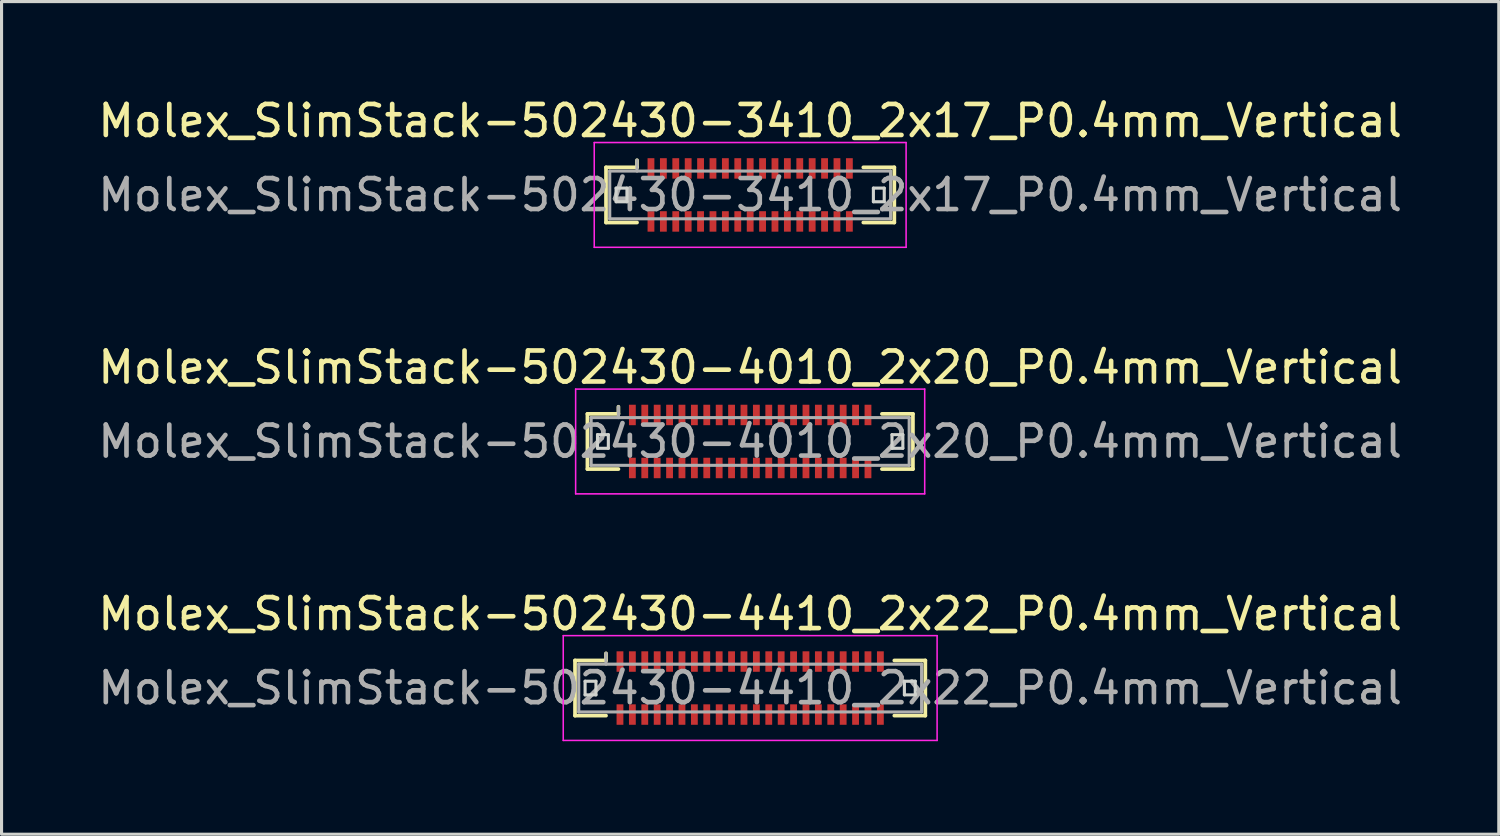
<source format=kicad_pcb>
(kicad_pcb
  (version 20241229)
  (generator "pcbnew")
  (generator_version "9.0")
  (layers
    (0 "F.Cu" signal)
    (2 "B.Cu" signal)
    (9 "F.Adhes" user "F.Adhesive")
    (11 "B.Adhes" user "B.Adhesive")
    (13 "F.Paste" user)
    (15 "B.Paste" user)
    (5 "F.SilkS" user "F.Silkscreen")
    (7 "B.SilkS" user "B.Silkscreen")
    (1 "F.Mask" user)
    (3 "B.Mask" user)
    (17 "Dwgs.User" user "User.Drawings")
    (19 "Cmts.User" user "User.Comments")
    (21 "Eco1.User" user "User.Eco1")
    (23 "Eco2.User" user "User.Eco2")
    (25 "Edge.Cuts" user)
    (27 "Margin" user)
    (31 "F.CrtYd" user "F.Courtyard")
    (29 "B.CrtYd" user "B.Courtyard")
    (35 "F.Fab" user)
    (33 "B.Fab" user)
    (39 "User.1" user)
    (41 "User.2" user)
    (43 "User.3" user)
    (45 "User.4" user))
  (footprint "Molex_SlimStack-502430-4010_2x20_P0.4mm_Vertical"
    (layer "F.Cu")
    (at 21.149 11.191)
    (property "Reference" "Molex_SlimStack-502430-4010_2x20_P0.4mm_Vertical" (at 0 -2.39 0) (layer "F.SilkS") (effects (font (size 1 1) (thickness 0.15))))
    (attr smd)
    (fp_line (start -5.25 -0.89) (end -4.25 -0.89) (stroke (width 0.12) (type solid)) (layer "F.SilkS"))
    (fp_line (start -5.25 0.89) (end -5.25 -0.89) (stroke (width 0.12) (type solid)) (layer "F.SilkS"))
    (fp_line (start -4.25 -0.89) (end -4.25 -1.12) (stroke (width 0.12) (type solid)) (layer "F.SilkS"))
    (fp_line (start -4.25 0.89) (end -5.25 0.89) (stroke (width 0.12) (type solid)) (layer "F.SilkS"))
    (fp_line (start 4.25 0.89) (end 5.25 0.89) (stroke (width 0.12) (type solid)) (layer "F.SilkS"))
    (fp_line (start 5.25 -0.89) (end 4.25 -0.89) (stroke (width 0.12) (type solid)) (layer "F.SilkS"))
    (fp_line (start 5.25 0.89) (end 5.25 -0.89) (stroke (width 0.12) (type solid)) (layer "F.SilkS"))
    (fp_line (start -4.925 -0.22) (end -4.925 0.22) (stroke (width 0.1) (type solid)) (layer "Edge.Cuts"))
    (fp_line (start -4.925 0.22) (end -4.575 0.22) (stroke (width 0.1) (type solid)) (layer "Edge.Cuts"))
    (fp_line (start -4.575 -0.22) (end -4.925 -0.22) (stroke (width 0.1) (type solid)) (layer "Edge.Cuts"))
    (fp_line (start -4.575 0.22) (end -4.575 -0.22) (stroke (width 0.1) (type solid)) (layer "Edge.Cuts"))
    (fp_line (start 4.575 -0.22) (end 4.575 0.22) (stroke (width 0.1) (type solid)) (layer "Edge.Cuts"))
    (fp_line (start 4.575 0.22) (end 4.925 0.22) (stroke (width 0.1) (type solid)) (layer "Edge.Cuts"))
    (fp_line (start 4.925 -0.22) (end 4.575 -0.22) (stroke (width 0.1) (type solid)) (layer "Edge.Cuts"))
    (fp_line (start 4.925 0.22) (end 4.925 -0.22) (stroke (width 0.1) (type solid)) (layer "Edge.Cuts"))
    (fp_line (start -5.63 -1.69) (end -5.63 1.69) (stroke (width 0.05) (type solid)) (layer "F.CrtYd"))
    (fp_line (start -5.63 1.69) (end 5.63 1.69) (stroke (width 0.05) (type solid)) (layer "F.CrtYd"))
    (fp_line (start 5.63 -1.69) (end -5.63 -1.69) (stroke (width 0.05) (type solid)) (layer "F.CrtYd"))
    (fp_line (start 5.63 1.69) (end 5.63 -1.69) (stroke (width 0.05) (type solid)) (layer "F.CrtYd"))
    (fp_line (start -5.13 -0.77) (end -5.13 0.77) (stroke (width 0.1) (type solid)) (layer "F.Fab"))
    (fp_line (start -5.13 0.77) (end 5.13 0.77) (stroke (width 0.1) (type solid)) (layer "F.Fab"))
    (fp_line (start -4.25 -0.77) (end -4.25 -1.12) (stroke (width 0.1) (type solid)) (layer "F.Fab"))
    (fp_line (start 5.13 -0.77) (end -5.13 -0.77) (stroke (width 0.1) (type solid)) (layer "F.Fab"))
    (fp_line (start 5.13 0.77) (end 5.13 -0.77) (stroke (width 0.1) (type solid)) (layer "F.Fab"))
    (fp_text user "${REFERENCE}" (at 0 0 0) (layer "F.Fab") (effects (font (size 1 1) (thickness 0.15))))
    (pad "1" smd rect (at -3.8 -0.855) (size 0.22 0.66) (layers "F.Cu" "F.Mask" "F.Paste"))
    (pad "2" smd rect (at -3.8 0.855) (size 0.22 0.66) (layers "F.Cu" "F.Mask" "F.Paste"))
    (pad "3" smd rect (at -3.4 -0.855) (size 0.22 0.66) (layers "F.Cu" "F.Mask" "F.Paste"))
    (pad "4" smd rect (at -3.4 0.855) (size 0.22 0.66) (layers "F.Cu" "F.Mask" "F.Paste"))
    (pad "5" smd rect (at -3 -0.855) (size 0.22 0.66) (layers "F.Cu" "F.Mask" "F.Paste"))
    (pad "6" smd rect (at -3 0.855) (size 0.22 0.66) (layers "F.Cu" "F.Mask" "F.Paste"))
    (pad "7" smd rect (at -2.6 -0.855) (size 0.22 0.66) (layers "F.Cu" "F.Mask" "F.Paste"))
    (pad "8" smd rect (at -2.6 0.855) (size 0.22 0.66) (layers "F.Cu" "F.Mask" "F.Paste"))
    (pad "9" smd rect (at -2.2 -0.855) (size 0.22 0.66) (layers "F.Cu" "F.Mask" "F.Paste"))
    (pad "10" smd rect (at -2.2 0.855) (size 0.22 0.66) (layers "F.Cu" "F.Mask" "F.Paste"))
    (pad "11" smd rect (at -1.8 -0.855) (size 0.22 0.66) (layers "F.Cu" "F.Mask" "F.Paste"))
    (pad "12" smd rect (at -1.8 0.855) (size 0.22 0.66) (layers "F.Cu" "F.Mask" "F.Paste"))
    (pad "13" smd rect (at -1.4 -0.855) (size 0.22 0.66) (layers "F.Cu" "F.Mask" "F.Paste"))
    (pad "14" smd rect (at -1.4 0.855) (size 0.22 0.66) (layers "F.Cu" "F.Mask" "F.Paste"))
    (pad "15" smd rect (at -1 -0.855) (size 0.22 0.66) (layers "F.Cu" "F.Mask" "F.Paste"))
    (pad "16" smd rect (at -1 0.855) (size 0.22 0.66) (layers "F.Cu" "F.Mask" "F.Paste"))
    (pad "17" smd rect (at -0.6 -0.855) (size 0.22 0.66) (layers "F.Cu" "F.Mask" "F.Paste"))
    (pad "18" smd rect (at -0.6 0.855) (size 0.22 0.66) (layers "F.Cu" "F.Mask" "F.Paste"))
    (pad "19" smd rect (at -0.2 -0.855) (size 0.22 0.66) (layers "F.Cu" "F.Mask" "F.Paste"))
    (pad "20" smd rect (at -0.2 0.855) (size 0.22 0.66) (layers "F.Cu" "F.Mask" "F.Paste"))
    (pad "21" smd rect (at 0.2 -0.855) (size 0.22 0.66) (layers "F.Cu" "F.Mask" "F.Paste"))
    (pad "22" smd rect (at 0.2 0.855) (size 0.22 0.66) (layers "F.Cu" "F.Mask" "F.Paste"))
    (pad "23" smd rect (at 0.6 -0.855) (size 0.22 0.66) (layers "F.Cu" "F.Mask" "F.Paste"))
    (pad "24" smd rect (at 0.6 0.855) (size 0.22 0.66) (layers "F.Cu" "F.Mask" "F.Paste"))
    (pad "25" smd rect (at 1 -0.855) (size 0.22 0.66) (layers "F.Cu" "F.Mask" "F.Paste"))
    (pad "26" smd rect (at 1 0.855) (size 0.22 0.66) (layers "F.Cu" "F.Mask" "F.Paste"))
    (pad "27" smd rect (at 1.4 -0.855) (size 0.22 0.66) (layers "F.Cu" "F.Mask" "F.Paste"))
    (pad "28" smd rect (at 1.4 0.855) (size 0.22 0.66) (layers "F.Cu" "F.Mask" "F.Paste"))
    (pad "29" smd rect (at 1.8 -0.855) (size 0.22 0.66) (layers "F.Cu" "F.Mask" "F.Paste"))
    (pad "30" smd rect (at 1.8 0.855) (size 0.22 0.66) (layers "F.Cu" "F.Mask" "F.Paste"))
    (pad "31" smd rect (at 2.2 -0.855) (size 0.22 0.66) (layers "F.Cu" "F.Mask" "F.Paste"))
    (pad "32" smd rect (at 2.2 0.855) (size 0.22 0.66) (layers "F.Cu" "F.Mask" "F.Paste"))
    (pad "33" smd rect (at 2.6 -0.855) (size 0.22 0.66) (layers "F.Cu" "F.Mask" "F.Paste"))
    (pad "34" smd rect (at 2.6 0.855) (size 0.22 0.66) (layers "F.Cu" "F.Mask" "F.Paste"))
    (pad "35" smd rect (at 3 -0.855) (size 0.22 0.66) (layers "F.Cu" "F.Mask" "F.Paste"))
    (pad "36" smd rect (at 3 0.855) (size 0.22 0.66) (layers "F.Cu" "F.Mask" "F.Paste"))
    (pad "37" smd rect (at 3.4 -0.855) (size 0.22 0.66) (layers "F.Cu" "F.Mask" "F.Paste"))
    (pad "38" smd rect (at 3.4 0.855) (size 0.22 0.66) (layers "F.Cu" "F.Mask" "F.Paste"))
    (pad "39" smd rect (at 3.8 -0.855) (size 0.22 0.66) (layers "F.Cu" "F.Mask" "F.Paste"))
    (pad "40" smd rect (at 3.8 0.855) (size 0.22 0.66) (layers "F.Cu" "F.Mask" "F.Paste")))
  (footprint "Molex_SlimStack-502430-3410_2x17_P0.4mm_Vertical"
    (layer "F.Cu")
    (at 21.149 3.238)
    (property "Reference" "Molex_SlimStack-502430-3410_2x17_P0.4mm_Vertical" (at 0 -2.39 0) (layer "F.SilkS") (effects (font (size 1 1) (thickness 0.15))))
    (attr smd)
    (fp_line (start -4.65 -0.89) (end -3.65 -0.89) (stroke (width 0.12) (type solid)) (layer "F.SilkS"))
    (fp_line (start -4.65 0.89) (end -4.65 -0.89) (stroke (width 0.12) (type solid)) (layer "F.SilkS"))
    (fp_line (start -3.65 -0.89) (end -3.65 -1.12) (stroke (width 0.12) (type solid)) (layer "F.SilkS"))
    (fp_line (start -3.65 0.89) (end -4.65 0.89) (stroke (width 0.12) (type solid)) (layer "F.SilkS"))
    (fp_line (start 3.65 0.89) (end 4.65 0.89) (stroke (width 0.12) (type solid)) (layer "F.SilkS"))
    (fp_line (start 4.65 -0.89) (end 3.65 -0.89) (stroke (width 0.12) (type solid)) (layer "F.SilkS"))
    (fp_line (start 4.65 0.89) (end 4.65 -0.89) (stroke (width 0.12) (type solid)) (layer "F.SilkS"))
    (fp_line (start -4.325 -0.22) (end -4.325 0.22) (stroke (width 0.1) (type solid)) (layer "Edge.Cuts"))
    (fp_line (start -4.325 0.22) (end -3.975 0.22) (stroke (width 0.1) (type solid)) (layer "Edge.Cuts"))
    (fp_line (start -3.975 -0.22) (end -4.325 -0.22) (stroke (width 0.1) (type solid)) (layer "Edge.Cuts"))
    (fp_line (start -3.975 0.22) (end -3.975 -0.22) (stroke (width 0.1) (type solid)) (layer "Edge.Cuts"))
    (fp_line (start 3.975 -0.22) (end 3.975 0.22) (stroke (width 0.1) (type solid)) (layer "Edge.Cuts"))
    (fp_line (start 3.975 0.22) (end 4.325 0.22) (stroke (width 0.1) (type solid)) (layer "Edge.Cuts"))
    (fp_line (start 4.325 -0.22) (end 3.975 -0.22) (stroke (width 0.1) (type solid)) (layer "Edge.Cuts"))
    (fp_line (start 4.325 0.22) (end 4.325 -0.22) (stroke (width 0.1) (type solid)) (layer "Edge.Cuts"))
    (fp_line (start -5.03 -1.69) (end -5.03 1.69) (stroke (width 0.05) (type solid)) (layer "F.CrtYd"))
    (fp_line (start -5.03 1.69) (end 5.03 1.69) (stroke (width 0.05) (type solid)) (layer "F.CrtYd"))
    (fp_line (start 5.03 -1.69) (end -5.03 -1.69) (stroke (width 0.05) (type solid)) (layer "F.CrtYd"))
    (fp_line (start 5.03 1.69) (end 5.03 -1.69) (stroke (width 0.05) (type solid)) (layer "F.CrtYd"))
    (fp_line (start -4.53 -0.77) (end -4.53 0.77) (stroke (width 0.1) (type solid)) (layer "F.Fab"))
    (fp_line (start -4.53 0.77) (end 4.53 0.77) (stroke (width 0.1) (type solid)) (layer "F.Fab"))
    (fp_line (start -3.65 -0.77) (end -3.65 -1.12) (stroke (width 0.1) (type solid)) (layer "F.Fab"))
    (fp_line (start 4.53 -0.77) (end -4.53 -0.77) (stroke (width 0.1) (type solid)) (layer "F.Fab"))
    (fp_line (start 4.53 0.77) (end 4.53 -0.77) (stroke (width 0.1) (type solid)) (layer "F.Fab"))
    (fp_text user "${REFERENCE}" (at 0 0 0) (layer "F.Fab") (effects (font (size 1 1) (thickness 0.15))))
    (pad "1" smd rect (at -3.2 -0.855) (size 0.22 0.66) (layers "F.Cu" "F.Mask" "F.Paste"))
    (pad "2" smd rect (at -3.2 0.855) (size 0.22 0.66) (layers "F.Cu" "F.Mask" "F.Paste"))
    (pad "3" smd rect (at -2.8 -0.855) (size 0.22 0.66) (layers "F.Cu" "F.Mask" "F.Paste"))
    (pad "4" smd rect (at -2.8 0.855) (size 0.22 0.66) (layers "F.Cu" "F.Mask" "F.Paste"))
    (pad "5" smd rect (at -2.4 -0.855) (size 0.22 0.66) (layers "F.Cu" "F.Mask" "F.Paste"))
    (pad "6" smd rect (at -2.4 0.855) (size 0.22 0.66) (layers "F.Cu" "F.Mask" "F.Paste"))
    (pad "7" smd rect (at -2 -0.855) (size 0.22 0.66) (layers "F.Cu" "F.Mask" "F.Paste"))
    (pad "8" smd rect (at -2 0.855) (size 0.22 0.66) (layers "F.Cu" "F.Mask" "F.Paste"))
    (pad "9" smd rect (at -1.6 -0.855) (size 0.22 0.66) (layers "F.Cu" "F.Mask" "F.Paste"))
    (pad "10" smd rect (at -1.6 0.855) (size 0.22 0.66) (layers "F.Cu" "F.Mask" "F.Paste"))
    (pad "11" smd rect (at -1.2 -0.855) (size 0.22 0.66) (layers "F.Cu" "F.Mask" "F.Paste"))
    (pad "12" smd rect (at -1.2 0.855) (size 0.22 0.66) (layers "F.Cu" "F.Mask" "F.Paste"))
    (pad "13" smd rect (at -0.8 -0.855) (size 0.22 0.66) (layers "F.Cu" "F.Mask" "F.Paste"))
    (pad "14" smd rect (at -0.8 0.855) (size 0.22 0.66) (layers "F.Cu" "F.Mask" "F.Paste"))
    (pad "15" smd rect (at -0.4 -0.855) (size 0.22 0.66) (layers "F.Cu" "F.Mask" "F.Paste"))
    (pad "16" smd rect (at -0.4 0.855) (size 0.22 0.66) (layers "F.Cu" "F.Mask" "F.Paste"))
    (pad "17" smd rect (at 0 -0.855) (size 0.22 0.66) (layers "F.Cu" "F.Mask" "F.Paste"))
    (pad "18" smd rect (at 0 0.855) (size 0.22 0.66) (layers "F.Cu" "F.Mask" "F.Paste"))
    (pad "19" smd rect (at 0.4 -0.855) (size 0.22 0.66) (layers "F.Cu" "F.Mask" "F.Paste"))
    (pad "20" smd rect (at 0.4 0.855) (size 0.22 0.66) (layers "F.Cu" "F.Mask" "F.Paste"))
    (pad "21" smd rect (at 0.8 -0.855) (size 0.22 0.66) (layers "F.Cu" "F.Mask" "F.Paste"))
    (pad "22" smd rect (at 0.8 0.855) (size 0.22 0.66) (layers "F.Cu" "F.Mask" "F.Paste"))
    (pad "23" smd rect (at 1.2 -0.855) (size 0.22 0.66) (layers "F.Cu" "F.Mask" "F.Paste"))
    (pad "24" smd rect (at 1.2 0.855) (size 0.22 0.66) (layers "F.Cu" "F.Mask" "F.Paste"))
    (pad "25" smd rect (at 1.6 -0.855) (size 0.22 0.66) (layers "F.Cu" "F.Mask" "F.Paste"))
    (pad "26" smd rect (at 1.6 0.855) (size 0.22 0.66) (layers "F.Cu" "F.Mask" "F.Paste"))
    (pad "27" smd rect (at 2 -0.855) (size 0.22 0.66) (layers "F.Cu" "F.Mask" "F.Paste"))
    (pad "28" smd rect (at 2 0.855) (size 0.22 0.66) (layers "F.Cu" "F.Mask" "F.Paste"))
    (pad "29" smd rect (at 2.4 -0.855) (size 0.22 0.66) (layers "F.Cu" "F.Mask" "F.Paste"))
    (pad "30" smd rect (at 2.4 0.855) (size 0.22 0.66) (layers "F.Cu" "F.Mask" "F.Paste"))
    (pad "31" smd rect (at 2.8 -0.855) (size 0.22 0.66) (layers "F.Cu" "F.Mask" "F.Paste"))
    (pad "32" smd rect (at 2.8 0.855) (size 0.22 0.66) (layers "F.Cu" "F.Mask" "F.Paste"))
    (pad "33" smd rect (at 3.2 -0.855) (size 0.22 0.66) (layers "F.Cu" "F.Mask" "F.Paste"))
    (pad "34" smd rect (at 3.2 0.855) (size 0.22 0.66) (layers "F.Cu" "F.Mask" "F.Paste")))
  (footprint "Molex_SlimStack-502430-4410_2x22_P0.4mm_Vertical"
    (layer "F.Cu")
    (at 21.149 19.145)
    (property "Reference" "Molex_SlimStack-502430-4410_2x22_P0.4mm_Vertical" (at 0 -2.39 0) (layer "F.SilkS") (effects (font (size 1 1) (thickness 0.15))))
    (attr smd)
    (fp_line (start -5.65 -0.89) (end -4.65 -0.89) (stroke (width 0.12) (type solid)) (layer "F.SilkS"))
    (fp_line (start -5.65 0.89) (end -5.65 -0.89) (stroke (width 0.12) (type solid)) (layer "F.SilkS"))
    (fp_line (start -4.65 -0.89) (end -4.65 -1.12) (stroke (width 0.12) (type solid)) (layer "F.SilkS"))
    (fp_line (start -4.65 0.89) (end -5.65 0.89) (stroke (width 0.12) (type solid)) (layer "F.SilkS"))
    (fp_line (start 4.65 0.89) (end 5.65 0.89) (stroke (width 0.12) (type solid)) (layer "F.SilkS"))
    (fp_line (start 5.65 -0.89) (end 4.65 -0.89) (stroke (width 0.12) (type solid)) (layer "F.SilkS"))
    (fp_line (start 5.65 0.89) (end 5.65 -0.89) (stroke (width 0.12) (type solid)) (layer "F.SilkS"))
    (fp_line (start -5.325 -0.22) (end -5.325 0.22) (stroke (width 0.1) (type solid)) (layer "Edge.Cuts"))
    (fp_line (start -5.325 0.22) (end -4.975 0.22) (stroke (width 0.1) (type solid)) (layer "Edge.Cuts"))
    (fp_line (start -4.975 -0.22) (end -5.325 -0.22) (stroke (width 0.1) (type solid)) (layer "Edge.Cuts"))
    (fp_line (start -4.975 0.22) (end -4.975 -0.22) (stroke (width 0.1) (type solid)) (layer "Edge.Cuts"))
    (fp_line (start 4.975 -0.22) (end 4.975 0.22) (stroke (width 0.1) (type solid)) (layer "Edge.Cuts"))
    (fp_line (start 4.975 0.22) (end 5.325 0.22) (stroke (width 0.1) (type solid)) (layer "Edge.Cuts"))
    (fp_line (start 5.325 -0.22) (end 4.975 -0.22) (stroke (width 0.1) (type solid)) (layer "Edge.Cuts"))
    (fp_line (start 5.325 0.22) (end 5.325 -0.22) (stroke (width 0.1) (type solid)) (layer "Edge.Cuts"))
    (fp_line (start -6.03 -1.69) (end -6.03 1.69) (stroke (width 0.05) (type solid)) (layer "F.CrtYd"))
    (fp_line (start -6.03 1.69) (end 6.03 1.69) (stroke (width 0.05) (type solid)) (layer "F.CrtYd"))
    (fp_line (start 6.03 -1.69) (end -6.03 -1.69) (stroke (width 0.05) (type solid)) (layer "F.CrtYd"))
    (fp_line (start 6.03 1.69) (end 6.03 -1.69) (stroke (width 0.05) (type solid)) (layer "F.CrtYd"))
    (fp_line (start -5.53 -0.77) (end -5.53 0.77) (stroke (width 0.1) (type solid)) (layer "F.Fab"))
    (fp_line (start -5.53 0.77) (end 5.53 0.77) (stroke (width 0.1) (type solid)) (layer "F.Fab"))
    (fp_line (start -4.65 -0.77) (end -4.65 -1.12) (stroke (width 0.1) (type solid)) (layer "F.Fab"))
    (fp_line (start 5.53 -0.77) (end -5.53 -0.77) (stroke (width 0.1) (type solid)) (layer "F.Fab"))
    (fp_line (start 5.53 0.77) (end 5.53 -0.77) (stroke (width 0.1) (type solid)) (layer "F.Fab"))
    (fp_text user "${REFERENCE}" (at 0 0 0) (layer "F.Fab") (effects (font (size 1 1) (thickness 0.15))))
    (pad "1" smd rect (at -4.2 -0.855) (size 0.22 0.66) (layers "F.Cu" "F.Mask" "F.Paste"))
    (pad "2" smd rect (at -4.2 0.855) (size 0.22 0.66) (layers "F.Cu" "F.Mask" "F.Paste"))
    (pad "3" smd rect (at -3.8 -0.855) (size 0.22 0.66) (layers "F.Cu" "F.Mask" "F.Paste"))
    (pad "4" smd rect (at -3.8 0.855) (size 0.22 0.66) (layers "F.Cu" "F.Mask" "F.Paste"))
    (pad "5" smd rect (at -3.4 -0.855) (size 0.22 0.66) (layers "F.Cu" "F.Mask" "F.Paste"))
    (pad "6" smd rect (at -3.4 0.855) (size 0.22 0.66) (layers "F.Cu" "F.Mask" "F.Paste"))
    (pad "7" smd rect (at -3 -0.855) (size 0.22 0.66) (layers "F.Cu" "F.Mask" "F.Paste"))
    (pad "8" smd rect (at -3 0.855) (size 0.22 0.66) (layers "F.Cu" "F.Mask" "F.Paste"))
    (pad "9" smd rect (at -2.6 -0.855) (size 0.22 0.66) (layers "F.Cu" "F.Mask" "F.Paste"))
    (pad "10" smd rect (at -2.6 0.855) (size 0.22 0.66) (layers "F.Cu" "F.Mask" "F.Paste"))
    (pad "11" smd rect (at -2.2 -0.855) (size 0.22 0.66) (layers "F.Cu" "F.Mask" "F.Paste"))
    (pad "12" smd rect (at -2.2 0.855) (size 0.22 0.66) (layers "F.Cu" "F.Mask" "F.Paste"))
    (pad "13" smd rect (at -1.8 -0.855) (size 0.22 0.66) (layers "F.Cu" "F.Mask" "F.Paste"))
    (pad "14" smd rect (at -1.8 0.855) (size 0.22 0.66) (layers "F.Cu" "F.Mask" "F.Paste"))
    (pad "15" smd rect (at -1.4 -0.855) (size 0.22 0.66) (layers "F.Cu" "F.Mask" "F.Paste"))
    (pad "16" smd rect (at -1.4 0.855) (size 0.22 0.66) (layers "F.Cu" "F.Mask" "F.Paste"))
    (pad "17" smd rect (at -1 -0.855) (size 0.22 0.66) (layers "F.Cu" "F.Mask" "F.Paste"))
    (pad "18" smd rect (at -1 0.855) (size 0.22 0.66) (layers "F.Cu" "F.Mask" "F.Paste"))
    (pad "19" smd rect (at -0.6 -0.855) (size 0.22 0.66) (layers "F.Cu" "F.Mask" "F.Paste"))
    (pad "20" smd rect (at -0.6 0.855) (size 0.22 0.66) (layers "F.Cu" "F.Mask" "F.Paste"))
    (pad "21" smd rect (at -0.2 -0.855) (size 0.22 0.66) (layers "F.Cu" "F.Mask" "F.Paste"))
    (pad "22" smd rect (at -0.2 0.855) (size 0.22 0.66) (layers "F.Cu" "F.Mask" "F.Paste"))
    (pad "23" smd rect (at 0.2 -0.855) (size 0.22 0.66) (layers "F.Cu" "F.Mask" "F.Paste"))
    (pad "24" smd rect (at 0.2 0.855) (size 0.22 0.66) (layers "F.Cu" "F.Mask" "F.Paste"))
    (pad "25" smd rect (at 0.6 -0.855) (size 0.22 0.66) (layers "F.Cu" "F.Mask" "F.Paste"))
    (pad "26" smd rect (at 0.6 0.855) (size 0.22 0.66) (layers "F.Cu" "F.Mask" "F.Paste"))
    (pad "27" smd rect (at 1 -0.855) (size 0.22 0.66) (layers "F.Cu" "F.Mask" "F.Paste"))
    (pad "28" smd rect (at 1 0.855) (size 0.22 0.66) (layers "F.Cu" "F.Mask" "F.Paste"))
    (pad "29" smd rect (at 1.4 -0.855) (size 0.22 0.66) (layers "F.Cu" "F.Mask" "F.Paste"))
    (pad "30" smd rect (at 1.4 0.855) (size 0.22 0.66) (layers "F.Cu" "F.Mask" "F.Paste"))
    (pad "31" smd rect (at 1.8 -0.855) (size 0.22 0.66) (layers "F.Cu" "F.Mask" "F.Paste"))
    (pad "32" smd rect (at 1.8 0.855) (size 0.22 0.66) (layers "F.Cu" "F.Mask" "F.Paste"))
    (pad "33" smd rect (at 2.2 -0.855) (size 0.22 0.66) (layers "F.Cu" "F.Mask" "F.Paste"))
    (pad "34" smd rect (at 2.2 0.855) (size 0.22 0.66) (layers "F.Cu" "F.Mask" "F.Paste"))
    (pad "35" smd rect (at 2.6 -0.855) (size 0.22 0.66) (layers "F.Cu" "F.Mask" "F.Paste"))
    (pad "36" smd rect (at 2.6 0.855) (size 0.22 0.66) (layers "F.Cu" "F.Mask" "F.Paste"))
    (pad "37" smd rect (at 3 -0.855) (size 0.22 0.66) (layers "F.Cu" "F.Mask" "F.Paste"))
    (pad "38" smd rect (at 3 0.855) (size 0.22 0.66) (layers "F.Cu" "F.Mask" "F.Paste"))
    (pad "39" smd rect (at 3.4 -0.855) (size 0.22 0.66) (layers "F.Cu" "F.Mask" "F.Paste"))
    (pad "40" smd rect (at 3.4 0.855) (size 0.22 0.66) (layers "F.Cu" "F.Mask" "F.Paste"))
    (pad "41" smd rect (at 3.8 -0.855) (size 0.22 0.66) (layers "F.Cu" "F.Mask" "F.Paste"))
    (pad "42" smd rect (at 3.8 0.855) (size 0.22 0.66) (layers "F.Cu" "F.Mask" "F.Paste"))
    (pad "43" smd rect (at 4.2 -0.855) (size 0.22 0.66) (layers "F.Cu" "F.Mask" "F.Paste"))
    (pad "44" smd rect (at 4.2 0.855) (size 0.22 0.66) (layers "F.Cu" "F.Mask" "F.Paste")))
  (gr_rect
    (start -3 -3)
    (end 45.298 23.86)
    (stroke (width 0.1) (type default))
    (fill no)
    (layer "Edge.Cuts")))
</source>
